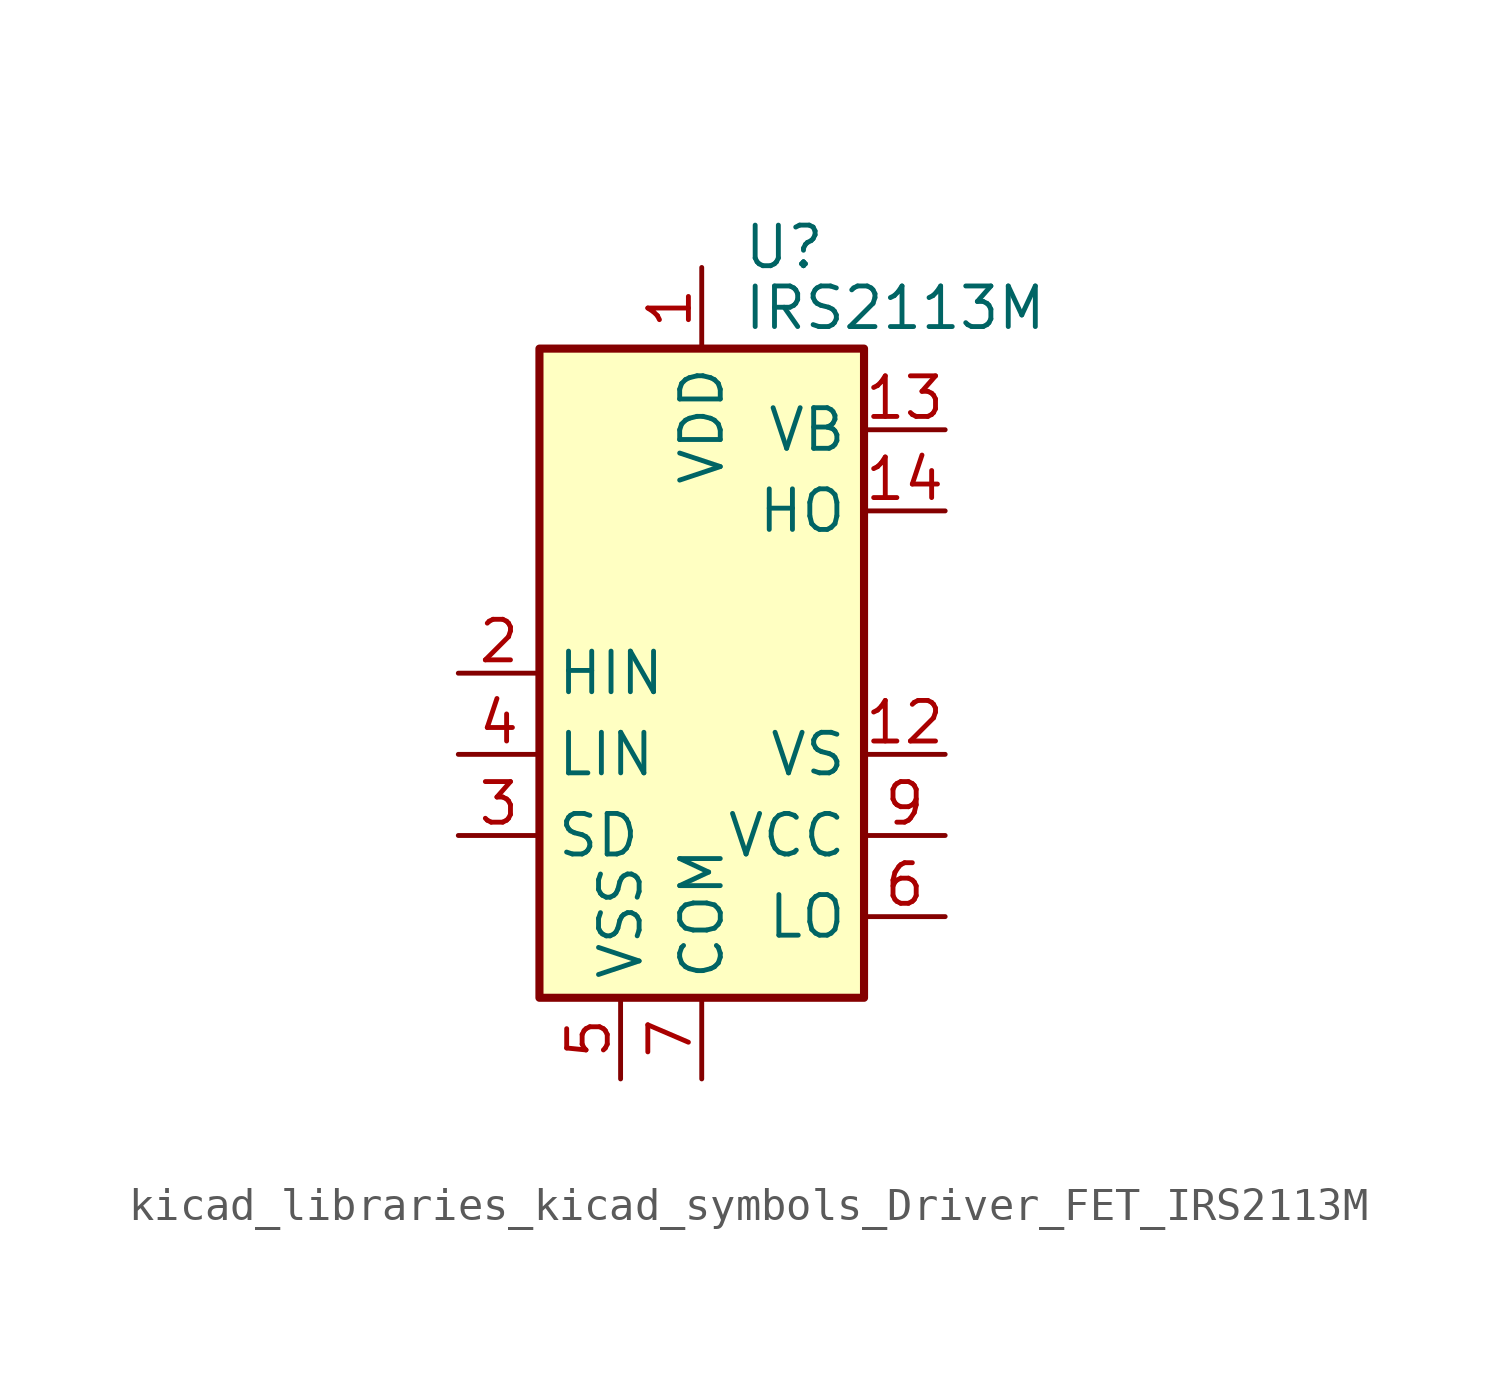
<source format=kicad_sym>
(kicad_symbol_lib
  (version 20220914)
  (generator kicad_symbol_editor)
  (symbol "kicad_libraries_kicad_symbols_Driver_FET_IRS2113M"
    (property "Reference" "U"
      (at 1.27 13.335 0)
      (effects (font (size 1.27 1.27)) (justify left)))
    (property "Value" "IRS2113M"
      (at 1.27 11.43 0)
      (effects (font (size 1.27 1.27)) (justify left)))
    (symbol "kicad_libraries_kicad_symbols_Driver_FET_IRS2113M_0_1"
      (rectangle (start -5.08 -10.16) (end 5.08 10.16) (stroke (width 0.254) (type default)) (fill (type background))))
    (symbol "kicad_libraries_kicad_symbols_Driver_FET_IRS2113M_1_1"
      (pin power_in line (at 0 12.7 270) (length 2.54) (name "VDD" (effects (font (size 1.27 1.27)))) (number "1" (effects (font (size 1.27 1.27)))))
      (pin no_connect line (at -5.08 5.08 0) (length 2.54) hide (name "NC" (effects (font (size 1.27 1.27)))) (number "11" (effects (font (size 1.27 1.27)))))
      (pin passive line (at 7.62 -2.54 180) (length 2.54) (name "VS" (effects (font (size 1.27 1.27)))) (number "12" (effects (font (size 1.27 1.27)))))
      (pin passive line (at 7.62 7.62 180) (length 2.54) (name "VB" (effects (font (size 1.27 1.27)))) (number "13" (effects (font (size 1.27 1.27)))))
      (pin output line (at 7.62 5.08 180) (length 2.54) (name "HO" (effects (font (size 1.27 1.27)))) (number "14" (effects (font (size 1.27 1.27)))))
      (pin no_connect line (at -5.08 2.54 0) (length 2.54) hide (name "NC" (effects (font (size 1.27 1.27)))) (number "16" (effects (font (size 1.27 1.27)))))
      (pin passive line (at 0 -12.7 90) (length 2.54) hide (name "COM" (effects (font (size 1.27 1.27)))) (number "17" (effects (font (size 1.27 1.27)))))
      (pin input line (at -7.62 0 0) (length 2.54) (name "HIN" (effects (font (size 1.27 1.27)))) (number "2" (effects (font (size 1.27 1.27)))))
      (pin input line (at -7.62 -5.08 0) (length 2.54) (name "SD" (effects (font (size 1.27 1.27)))) (number "3" (effects (font (size 1.27 1.27)))))
      (pin input line (at -7.62 -2.54 0) (length 2.54) (name "LIN" (effects (font (size 1.27 1.27)))) (number "4" (effects (font (size 1.27 1.27)))))
      (pin power_in line (at -2.54 -12.7 90) (length 2.54) (name "VSS" (effects (font (size 1.27 1.27)))) (number "5" (effects (font (size 1.27 1.27)))))
      (pin output line (at 7.62 -7.62 180) (length 2.54) (name "LO" (effects (font (size 1.27 1.27)))) (number "6" (effects (font (size 1.27 1.27)))))
      (pin power_in line (at 0 -12.7 90) (length 2.54) (name "COM" (effects (font (size 1.27 1.27)))) (number "7" (effects (font (size 1.27 1.27)))))
      (pin no_connect line (at -5.08 7.62 0) (length 2.54) hide (name "NC" (effects (font (size 1.27 1.27)))) (number "8" (effects (font (size 1.27 1.27)))))
      (pin power_in line (at 7.62 -5.08 180) (length 2.54) (name "VCC" (effects (font (size 1.27 1.27)))) (number "9" (effects (font (size 1.27 1.27))))))))
</source>
